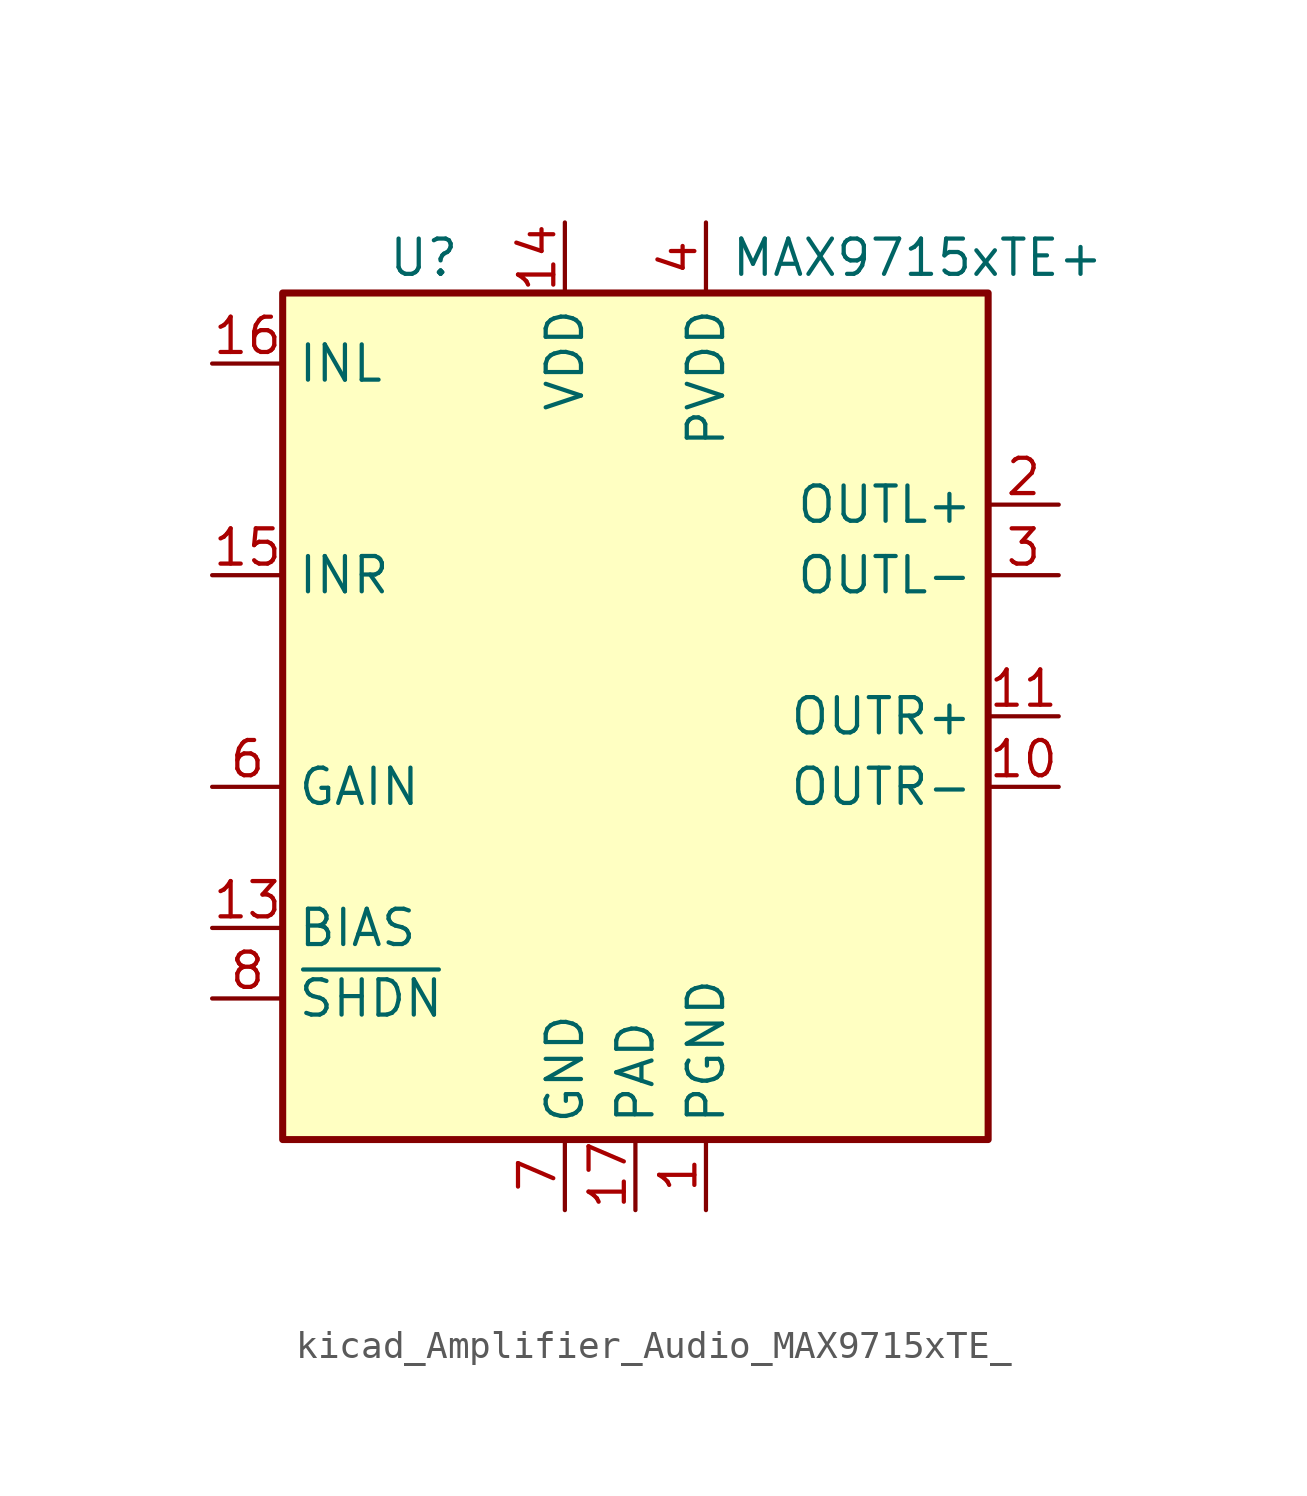
<source format=kicad_sym>
(kicad_symbol_lib
  (version 20220914)
  (generator kicad_symbol_editor)
  (symbol "kicad_Amplifier_Audio_MAX9715xTE_"
    (property "Reference" "U"
      (at -7.62 16.51 0)
      (effects (font (size 1.27 1.27))))
    (property "Value" "MAX9715xTE+"
      (at 10.16 16.51 0)
      (effects (font (size 1.27 1.27))))
    (symbol "kicad_Amplifier_Audio_MAX9715xTE__0_1"
      (rectangle (start -12.7 15.24) (end 12.7 -15.24) (stroke (width 0.254) (type default)) (fill (type background))))
    (symbol "kicad_Amplifier_Audio_MAX9715xTE__1_1"
      (pin power_in line (at 2.54 -17.78 90) (length 2.54) (name "PGND" (effects (font (size 1.27 1.27)))) (number "1" (effects (font (size 1.27 1.27)))))
      (pin output line (at 15.24 -2.54 180) (length 2.54) (name "OUTR-" (effects (font (size 1.27 1.27)))) (number "10" (effects (font (size 1.27 1.27)))))
      (pin output line (at 15.24 0 180) (length 2.54) (name "OUTR+" (effects (font (size 1.27 1.27)))) (number "11" (effects (font (size 1.27 1.27)))))
      (pin passive line (at 2.54 -17.78 90) (length 2.54) hide (name "PGND" (effects (font (size 1.27 1.27)))) (number "12" (effects (font (size 1.27 1.27)))))
      (pin passive line (at -15.24 -7.62 0) (length 2.54) (name "BIAS" (effects (font (size 1.27 1.27)))) (number "13" (effects (font (size 1.27 1.27)))))
      (pin power_in line (at -2.54 17.78 270) (length 2.54) (name "VDD" (effects (font (size 1.27 1.27)))) (number "14" (effects (font (size 1.27 1.27)))))
      (pin input line (at -15.24 5.08 0) (length 2.54) (name "INR" (effects (font (size 1.27 1.27)))) (number "15" (effects (font (size 1.27 1.27)))))
      (pin input line (at -15.24 12.7 0) (length 2.54) (name "INL" (effects (font (size 1.27 1.27)))) (number "16" (effects (font (size 1.27 1.27)))))
      (pin passive line (at 0 -17.78 90) (length 2.54) (name "PAD" (effects (font (size 1.27 1.27)))) (number "17" (effects (font (size 1.27 1.27)))))
      (pin output line (at 15.24 7.62 180) (length 2.54) (name "OUTL+" (effects (font (size 1.27 1.27)))) (number "2" (effects (font (size 1.27 1.27)))))
      (pin output line (at 15.24 5.08 180) (length 2.54) (name "OUTL-" (effects (font (size 1.27 1.27)))) (number "3" (effects (font (size 1.27 1.27)))))
      (pin power_in line (at 2.54 17.78 270) (length 2.54) (name "PVDD" (effects (font (size 1.27 1.27)))) (number "4" (effects (font (size 1.27 1.27)))))
      (pin no_connect line (at 10.16 5.08 180) (length 2.54) hide (name "NC" (effects (font (size 1.27 1.27)))) (number "5" (effects (font (size 1.27 1.27)))))
      (pin input line (at -15.24 -2.54 0) (length 2.54) (name "GAIN" (effects (font (size 1.27 1.27)))) (number "6" (effects (font (size 1.27 1.27)))))
      (pin power_in line (at -2.54 -17.78 90) (length 2.54) (name "GND" (effects (font (size 1.27 1.27)))) (number "7" (effects (font (size 1.27 1.27)))))
      (pin input line (at -15.24 -10.16 0) (length 2.54) (name "~{SHDN}" (effects (font (size 1.27 1.27)))) (number "8" (effects (font (size 1.27 1.27)))))
      (pin passive line (at 2.54 17.78 270) (length 2.54) hide (name "PVDD" (effects (font (size 1.27 1.27)))) (number "9" (effects (font (size 1.27 1.27))))))))
</source>
